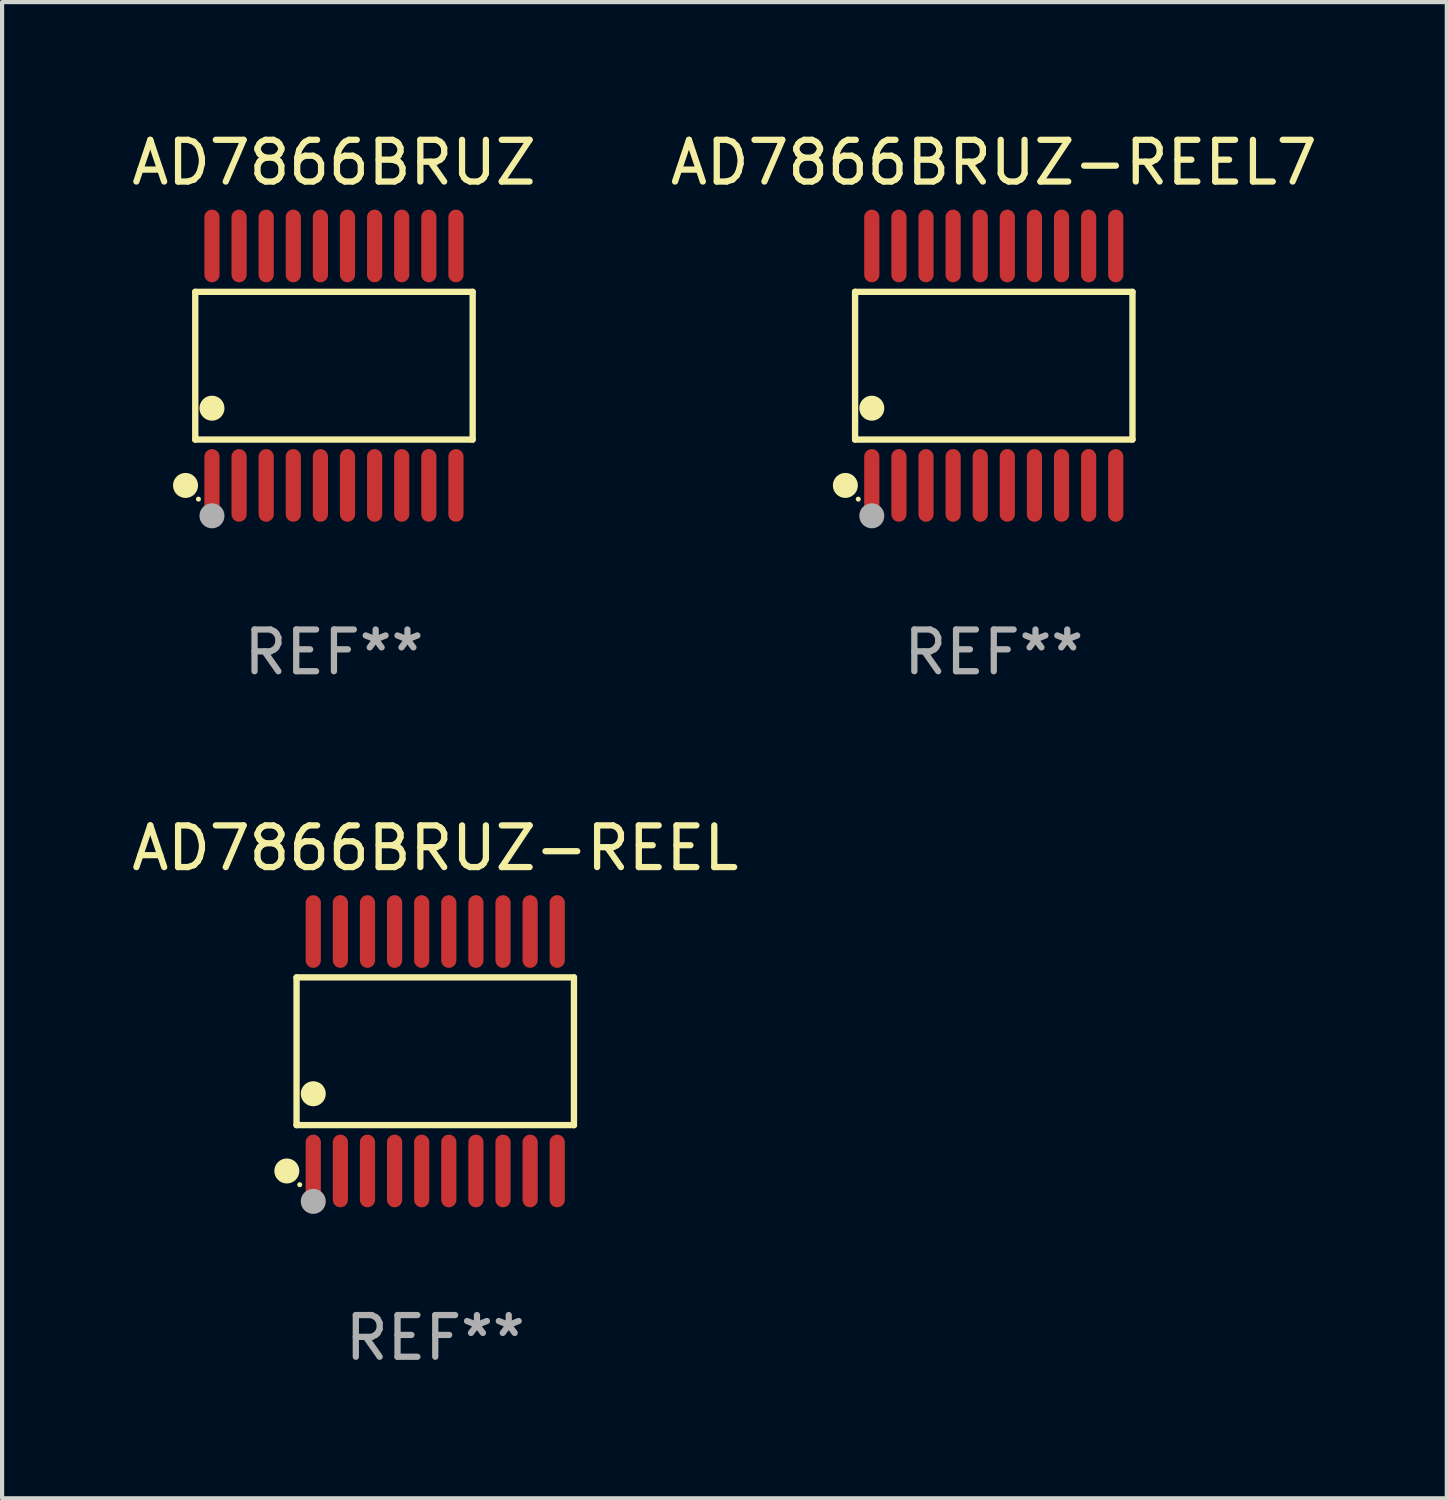
<source format=kicad_pcb>
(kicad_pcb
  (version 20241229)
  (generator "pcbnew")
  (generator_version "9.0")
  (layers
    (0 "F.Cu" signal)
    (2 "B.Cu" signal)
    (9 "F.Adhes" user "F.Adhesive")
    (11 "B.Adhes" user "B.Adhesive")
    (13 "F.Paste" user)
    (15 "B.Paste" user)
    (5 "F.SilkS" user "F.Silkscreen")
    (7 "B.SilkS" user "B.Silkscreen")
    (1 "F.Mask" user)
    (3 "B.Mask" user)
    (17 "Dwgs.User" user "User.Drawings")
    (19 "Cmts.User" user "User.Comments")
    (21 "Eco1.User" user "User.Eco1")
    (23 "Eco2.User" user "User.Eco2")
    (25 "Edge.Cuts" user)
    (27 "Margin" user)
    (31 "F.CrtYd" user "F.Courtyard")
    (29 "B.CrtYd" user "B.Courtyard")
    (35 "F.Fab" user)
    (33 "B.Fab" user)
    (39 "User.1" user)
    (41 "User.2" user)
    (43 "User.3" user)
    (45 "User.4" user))
  (footprint "AD7866BRUZ"
    (layer "F.Cu")
    (at 4.958 5.719)
    (property "Reference" "AD7866BRUZ" (at 0 -4.871 0) (layer "F.SilkS") (effects (font (size 1 1) (thickness 0.15))))
    (attr through_hole)
    (fp_line (start -3.326 -1.771) (end 3.326 -1.771) (stroke (width 0.152) (type solid)) (layer "F.SilkS"))
    (fp_line (start -3.326 1.771) (end -3.326 -1.771) (stroke (width 0.152) (type solid)) (layer "F.SilkS"))
    (fp_line (start 3.326 -1.771) (end 3.326 1.771) (stroke (width 0.152) (type solid)) (layer "F.SilkS"))
    (fp_line (start 3.326 1.771) (end -3.326 1.771) (stroke (width 0.152) (type solid)) (layer "F.SilkS"))
    (fp_circle (center -3.559 2.871) (end -3.409 2.871) (stroke (width 0.3) (type solid)) (fill no) (layer "F.SilkS"))
    (fp_circle (center -3.25 3.2) (end -3.22 3.2) (stroke (width 0.06) (type solid)) (fill no) (layer "F.SilkS"))
    (fp_circle (center -2.925 1.019) (end -2.775 1.019) (stroke (width 0.3) (type solid)) (fill no) (layer "F.SilkS"))
    (fp_circle (center -2.925 3.6) (end -2.775 3.6) (stroke (width 0.3) (type solid)) (fill no) (layer "F.Fab"))
    (fp_text user "REF**" (at 0 6.871 0) (layer "F.Fab") (effects (font (size 1 1) (thickness 0.15))))
    (pad "1" smd oval (at -2.925 2.871) (size 0.364 1.742) (layers "F.Cu" "F.Mask" "F.Paste"))
    (pad "2" smd oval (at -2.275 2.871) (size 0.364 1.742) (layers "F.Cu" "F.Mask" "F.Paste"))
    (pad "3" smd oval (at -1.625 2.871) (size 0.364 1.742) (layers "F.Cu" "F.Mask" "F.Paste"))
    (pad "4" smd oval (at -0.975 2.871) (size 0.364 1.742) (layers "F.Cu" "F.Mask" "F.Paste"))
    (pad "5" smd oval (at -0.325 2.871) (size 0.364 1.742) (layers "F.Cu" "F.Mask" "F.Paste"))
    (pad "6" smd oval (at 0.325 2.871) (size 0.364 1.742) (layers "F.Cu" "F.Mask" "F.Paste"))
    (pad "7" smd oval (at 0.975 2.871) (size 0.364 1.742) (layers "F.Cu" "F.Mask" "F.Paste"))
    (pad "8" smd oval (at 1.625 2.871) (size 0.364 1.742) (layers "F.Cu" "F.Mask" "F.Paste"))
    (pad "9" smd oval (at 2.275 2.871) (size 0.364 1.742) (layers "F.Cu" "F.Mask" "F.Paste"))
    (pad "10" smd oval (at 2.925 2.871) (size 0.364 1.742) (layers "F.Cu" "F.Mask" "F.Paste"))
    (pad "11" smd oval (at 2.925 -2.871) (size 0.364 1.742) (layers "F.Cu" "F.Mask" "F.Paste"))
    (pad "12" smd oval (at 2.275 -2.871) (size 0.364 1.742) (layers "F.Cu" "F.Mask" "F.Paste"))
    (pad "13" smd oval (at 1.625 -2.871) (size 0.364 1.742) (layers "F.Cu" "F.Mask" "F.Paste"))
    (pad "14" smd oval (at 0.975 -2.871) (size 0.364 1.742) (layers "F.Cu" "F.Mask" "F.Paste"))
    (pad "15" smd oval (at 0.325 -2.871) (size 0.364 1.742) (layers "F.Cu" "F.Mask" "F.Paste"))
    (pad "16" smd oval (at -0.325 -2.871) (size 0.364 1.742) (layers "F.Cu" "F.Mask" "F.Paste"))
    (pad "17" smd oval (at -0.975 -2.871) (size 0.364 1.742) (layers "F.Cu" "F.Mask" "F.Paste"))
    (pad "18" smd oval (at -1.625 -2.871) (size 0.364 1.742) (layers "F.Cu" "F.Mask" "F.Paste"))
    (pad "19" smd oval (at -2.275 -2.871) (size 0.364 1.742) (layers "F.Cu" "F.Mask" "F.Paste"))
    (pad "20" smd oval (at -2.925 -2.871) (size 0.364 1.742) (layers "F.Cu" "F.Mask" "F.Paste")))
  (footprint "AD7866BRUZ-REEL"
    (layer "F.Cu")
    (at 7.387 22.158)
    (property "Reference" "AD7866BRUZ-REEL" (at 0 -4.871 0) (layer "F.SilkS") (effects (font (size 1 1) (thickness 0.15))))
    (attr through_hole)
    (fp_line (start -3.326 -1.771) (end 3.326 -1.771) (stroke (width 0.152) (type solid)) (layer "F.SilkS"))
    (fp_line (start -3.326 1.771) (end -3.326 -1.771) (stroke (width 0.152) (type solid)) (layer "F.SilkS"))
    (fp_line (start 3.326 -1.771) (end 3.326 1.771) (stroke (width 0.152) (type solid)) (layer "F.SilkS"))
    (fp_line (start 3.326 1.771) (end -3.326 1.771) (stroke (width 0.152) (type solid)) (layer "F.SilkS"))
    (fp_circle (center -3.559 2.871) (end -3.409 2.871) (stroke (width 0.3) (type solid)) (fill no) (layer "F.SilkS"))
    (fp_circle (center -3.25 3.2) (end -3.22 3.2) (stroke (width 0.06) (type solid)) (fill no) (layer "F.SilkS"))
    (fp_circle (center -2.925 1.019) (end -2.775 1.019) (stroke (width 0.3) (type solid)) (fill no) (layer "F.SilkS"))
    (fp_circle (center -2.925 3.6) (end -2.775 3.6) (stroke (width 0.3) (type solid)) (fill no) (layer "F.Fab"))
    (fp_text user "REF**" (at 0 6.871 0) (layer "F.Fab") (effects (font (size 1 1) (thickness 0.15))))
    (pad "1" smd oval (at -2.925 2.871) (size 0.364 1.742) (layers "F.Cu" "F.Mask" "F.Paste"))
    (pad "2" smd oval (at -2.275 2.871) (size 0.364 1.742) (layers "F.Cu" "F.Mask" "F.Paste"))
    (pad "3" smd oval (at -1.625 2.871) (size 0.364 1.742) (layers "F.Cu" "F.Mask" "F.Paste"))
    (pad "4" smd oval (at -0.975 2.871) (size 0.364 1.742) (layers "F.Cu" "F.Mask" "F.Paste"))
    (pad "5" smd oval (at -0.325 2.871) (size 0.364 1.742) (layers "F.Cu" "F.Mask" "F.Paste"))
    (pad "6" smd oval (at 0.325 2.871) (size 0.364 1.742) (layers "F.Cu" "F.Mask" "F.Paste"))
    (pad "7" smd oval (at 0.975 2.871) (size 0.364 1.742) (layers "F.Cu" "F.Mask" "F.Paste"))
    (pad "8" smd oval (at 1.625 2.871) (size 0.364 1.742) (layers "F.Cu" "F.Mask" "F.Paste"))
    (pad "9" smd oval (at 2.275 2.871) (size 0.364 1.742) (layers "F.Cu" "F.Mask" "F.Paste"))
    (pad "10" smd oval (at 2.925 2.871) (size 0.364 1.742) (layers "F.Cu" "F.Mask" "F.Paste"))
    (pad "11" smd oval (at 2.925 -2.871) (size 0.364 1.742) (layers "F.Cu" "F.Mask" "F.Paste"))
    (pad "12" smd oval (at 2.275 -2.871) (size 0.364 1.742) (layers "F.Cu" "F.Mask" "F.Paste"))
    (pad "13" smd oval (at 1.625 -2.871) (size 0.364 1.742) (layers "F.Cu" "F.Mask" "F.Paste"))
    (pad "14" smd oval (at 0.975 -2.871) (size 0.364 1.742) (layers "F.Cu" "F.Mask" "F.Paste"))
    (pad "15" smd oval (at 0.325 -2.871) (size 0.364 1.742) (layers "F.Cu" "F.Mask" "F.Paste"))
    (pad "16" smd oval (at -0.325 -2.871) (size 0.364 1.742) (layers "F.Cu" "F.Mask" "F.Paste"))
    (pad "17" smd oval (at -0.975 -2.871) (size 0.364 1.742) (layers "F.Cu" "F.Mask" "F.Paste"))
    (pad "18" smd oval (at -1.625 -2.871) (size 0.364 1.742) (layers "F.Cu" "F.Mask" "F.Paste"))
    (pad "19" smd oval (at -2.275 -2.871) (size 0.364 1.742) (layers "F.Cu" "F.Mask" "F.Paste"))
    (pad "20" smd oval (at -2.925 -2.871) (size 0.364 1.742) (layers "F.Cu" "F.Mask" "F.Paste")))
  (footprint "AD7866BRUZ-REEL7"
    (layer "F.Cu")
    (at 20.78 5.719)
    (property "Reference" "AD7866BRUZ-REEL7" (at 0 -4.871 0) (layer "F.SilkS") (effects (font (size 1 1) (thickness 0.15))))
    (attr through_hole)
    (fp_line (start -3.326 -1.771) (end 3.326 -1.771) (stroke (width 0.152) (type solid)) (layer "F.SilkS"))
    (fp_line (start -3.326 1.771) (end -3.326 -1.771) (stroke (width 0.152) (type solid)) (layer "F.SilkS"))
    (fp_line (start 3.326 -1.771) (end 3.326 1.771) (stroke (width 0.152) (type solid)) (layer "F.SilkS"))
    (fp_line (start 3.326 1.771) (end -3.326 1.771) (stroke (width 0.152) (type solid)) (layer "F.SilkS"))
    (fp_circle (center -3.559 2.871) (end -3.409 2.871) (stroke (width 0.3) (type solid)) (fill no) (layer "F.SilkS"))
    (fp_circle (center -3.25 3.2) (end -3.22 3.2) (stroke (width 0.06) (type solid)) (fill no) (layer "F.SilkS"))
    (fp_circle (center -2.925 1.019) (end -2.775 1.019) (stroke (width 0.3) (type solid)) (fill no) (layer "F.SilkS"))
    (fp_circle (center -2.925 3.6) (end -2.775 3.6) (stroke (width 0.3) (type solid)) (fill no) (layer "F.Fab"))
    (fp_text user "REF**" (at 0 6.871 0) (layer "F.Fab") (effects (font (size 1 1) (thickness 0.15))))
    (pad "1" smd oval (at -2.925 2.871) (size 0.364 1.742) (layers "F.Cu" "F.Mask" "F.Paste"))
    (pad "2" smd oval (at -2.275 2.871) (size 0.364 1.742) (layers "F.Cu" "F.Mask" "F.Paste"))
    (pad "3" smd oval (at -1.625 2.871) (size 0.364 1.742) (layers "F.Cu" "F.Mask" "F.Paste"))
    (pad "4" smd oval (at -0.975 2.871) (size 0.364 1.742) (layers "F.Cu" "F.Mask" "F.Paste"))
    (pad "5" smd oval (at -0.325 2.871) (size 0.364 1.742) (layers "F.Cu" "F.Mask" "F.Paste"))
    (pad "6" smd oval (at 0.325 2.871) (size 0.364 1.742) (layers "F.Cu" "F.Mask" "F.Paste"))
    (pad "7" smd oval (at 0.975 2.871) (size 0.364 1.742) (layers "F.Cu" "F.Mask" "F.Paste"))
    (pad "8" smd oval (at 1.625 2.871) (size 0.364 1.742) (layers "F.Cu" "F.Mask" "F.Paste"))
    (pad "9" smd oval (at 2.275 2.871) (size 0.364 1.742) (layers "F.Cu" "F.Mask" "F.Paste"))
    (pad "10" smd oval (at 2.925 2.871) (size 0.364 1.742) (layers "F.Cu" "F.Mask" "F.Paste"))
    (pad "11" smd oval (at 2.925 -2.871) (size 0.364 1.742) (layers "F.Cu" "F.Mask" "F.Paste"))
    (pad "12" smd oval (at 2.275 -2.871) (size 0.364 1.742) (layers "F.Cu" "F.Mask" "F.Paste"))
    (pad "13" smd oval (at 1.625 -2.871) (size 0.364 1.742) (layers "F.Cu" "F.Mask" "F.Paste"))
    (pad "14" smd oval (at 0.975 -2.871) (size 0.364 1.742) (layers "F.Cu" "F.Mask" "F.Paste"))
    (pad "15" smd oval (at 0.325 -2.871) (size 0.364 1.742) (layers "F.Cu" "F.Mask" "F.Paste"))
    (pad "16" smd oval (at -0.325 -2.871) (size 0.364 1.742) (layers "F.Cu" "F.Mask" "F.Paste"))
    (pad "17" smd oval (at -0.975 -2.871) (size 0.364 1.742) (layers "F.Cu" "F.Mask" "F.Paste"))
    (pad "18" smd oval (at -1.625 -2.871) (size 0.364 1.742) (layers "F.Cu" "F.Mask" "F.Paste"))
    (pad "19" smd oval (at -2.275 -2.871) (size 0.364 1.742) (layers "F.Cu" "F.Mask" "F.Paste"))
    (pad "20" smd oval (at -2.925 -2.871) (size 0.364 1.742) (layers "F.Cu" "F.Mask" "F.Paste")))
  (gr_rect
    (start -3 -3)
    (end 31.643 32.877)
    (stroke (width 0.1) (type default))
    (fill no)
    (layer "Edge.Cuts")))
</source>
